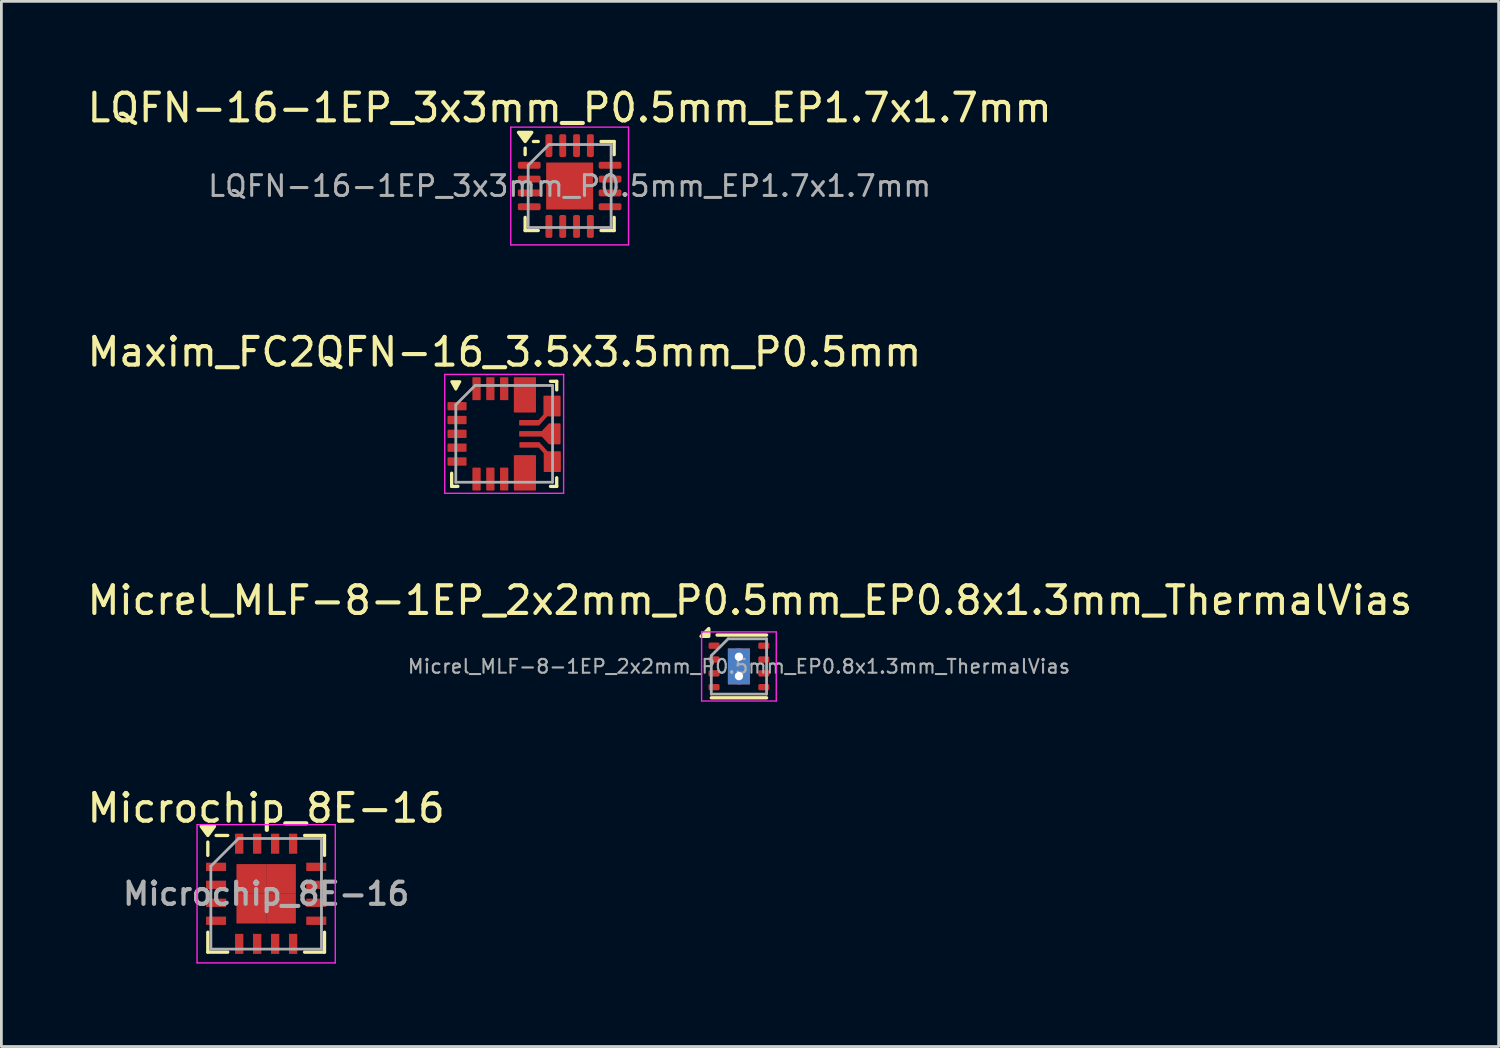
<source format=kicad_pcb>
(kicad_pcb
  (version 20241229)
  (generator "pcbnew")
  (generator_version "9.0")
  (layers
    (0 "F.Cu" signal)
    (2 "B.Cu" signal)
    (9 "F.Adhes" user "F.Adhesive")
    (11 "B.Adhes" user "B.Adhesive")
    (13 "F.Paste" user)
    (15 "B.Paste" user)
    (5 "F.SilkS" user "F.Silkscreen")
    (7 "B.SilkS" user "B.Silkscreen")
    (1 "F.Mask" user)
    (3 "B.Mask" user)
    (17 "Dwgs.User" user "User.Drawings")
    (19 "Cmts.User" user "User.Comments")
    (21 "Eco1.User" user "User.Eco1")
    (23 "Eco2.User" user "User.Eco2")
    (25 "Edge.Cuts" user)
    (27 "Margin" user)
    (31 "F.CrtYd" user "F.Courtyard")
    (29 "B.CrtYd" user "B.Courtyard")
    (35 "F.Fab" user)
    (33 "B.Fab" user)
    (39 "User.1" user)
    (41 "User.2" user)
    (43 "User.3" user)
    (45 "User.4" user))
  (footprint "LQFN-16-1EP_3x3mm_P0.5mm_EP1.7x1.7mm"
    (layer "F.Cu")
    (at 17.554 3.678)
    (property "Reference" "LQFN-16-1EP_3x3mm_P0.5mm_EP1.7x1.7mm" (at 0 -2.83 0) (layer "F.SilkS") (effects (font (size 1 1) (thickness 0.15))))
    (attr smd)
    (fp_line (start -1.61 -1.135) (end -1.61 -1.37) (stroke (width 0.12) (type solid)) (layer "F.SilkS"))
    (fp_line (start -1.61 1.61) (end -1.61 1.135) (stroke (width 0.12) (type solid)) (layer "F.SilkS"))
    (fp_line (start -1.135 -1.61) (end -1.31 -1.61) (stroke (width 0.12) (type solid)) (layer "F.SilkS"))
    (fp_line (start -1.135 1.61) (end -1.61 1.61) (stroke (width 0.12) (type solid)) (layer "F.SilkS"))
    (fp_line (start 1.135 -1.61) (end 1.61 -1.61) (stroke (width 0.12) (type solid)) (layer "F.SilkS"))
    (fp_line (start 1.135 1.61) (end 1.61 1.61) (stroke (width 0.12) (type solid)) (layer "F.SilkS"))
    (fp_line (start 1.61 -1.61) (end 1.61 -1.135) (stroke (width 0.12) (type solid)) (layer "F.SilkS"))
    (fp_line (start 1.61 1.61) (end 1.61 1.135) (stroke (width 0.12) (type solid)) (layer "F.SilkS"))
    (fp_poly (pts (xy -1.61 -1.61) (xy -1.85 -1.94) (xy -1.37 -1.94) (xy -1.61 -1.61)) (stroke (width 0.12) (type solid)) (fill yes) (layer "F.SilkS"))
    (fp_line (start -2.13 -2.13) (end -2.13 2.13) (stroke (width 0.05) (type solid)) (layer "F.CrtYd"))
    (fp_line (start -2.13 2.13) (end 2.13 2.13) (stroke (width 0.05) (type solid)) (layer "F.CrtYd"))
    (fp_line (start 2.13 -2.13) (end -2.13 -2.13) (stroke (width 0.05) (type solid)) (layer "F.CrtYd"))
    (fp_line (start 2.13 2.13) (end 2.13 -2.13) (stroke (width 0.05) (type solid)) (layer "F.CrtYd"))
    (fp_line (start -1.5 -0.75) (end -0.75 -1.5) (stroke (width 0.1) (type solid)) (layer "F.Fab"))
    (fp_line (start -1.5 1.5) (end -1.5 -0.75) (stroke (width 0.1) (type solid)) (layer "F.Fab"))
    (fp_line (start -0.75 -1.5) (end 1.5 -1.5) (stroke (width 0.1) (type solid)) (layer "F.Fab"))
    (fp_line (start 1.5 -1.5) (end 1.5 1.5) (stroke (width 0.1) (type solid)) (layer "F.Fab"))
    (fp_line (start 1.5 1.5) (end -1.5 1.5) (stroke (width 0.1) (type solid)) (layer "F.Fab"))
    (fp_text user "${REFERENCE}" (at 0 0 0) (layer "F.Fab") (effects (font (size 0.75 0.75) (thickness 0.11))))
    (pad "" smd roundrect (at 0 0) (size 1.37 1.37) (layers "F.Paste") (roundrect_rratio 0.182))
    (pad "1" smd roundrect (at -1.462 -0.75) (size 0.825 0.25) (layers "F.Cu" "F.Mask" "F.Paste") (roundrect_rratio 0.25))
    (pad "2" smd roundrect (at -1.462 -0.25) (size 0.825 0.25) (layers "F.Cu" "F.Mask" "F.Paste") (roundrect_rratio 0.25))
    (pad "3" smd roundrect (at -1.462 0.25) (size 0.825 0.25) (layers "F.Cu" "F.Mask" "F.Paste") (roundrect_rratio 0.25))
    (pad "4" smd roundrect (at -1.462 0.75) (size 0.825 0.25) (layers "F.Cu" "F.Mask" "F.Paste") (roundrect_rratio 0.25))
    (pad "5" smd roundrect (at -0.75 1.462) (size 0.25 0.825) (layers "F.Cu" "F.Mask" "F.Paste") (roundrect_rratio 0.25))
    (pad "6" smd roundrect (at -0.25 1.462) (size 0.25 0.825) (layers "F.Cu" "F.Mask" "F.Paste") (roundrect_rratio 0.25))
    (pad "7" smd roundrect (at 0.25 1.462) (size 0.25 0.825) (layers "F.Cu" "F.Mask" "F.Paste") (roundrect_rratio 0.25))
    (pad "8" smd roundrect (at 0.75 1.462) (size 0.25 0.825) (layers "F.Cu" "F.Mask" "F.Paste") (roundrect_rratio 0.25))
    (pad "9" smd roundrect (at 1.462 0.75) (size 0.825 0.25) (layers "F.Cu" "F.Mask" "F.Paste") (roundrect_rratio 0.25))
    (pad "10" smd roundrect (at 1.462 0.25) (size 0.825 0.25) (layers "F.Cu" "F.Mask" "F.Paste") (roundrect_rratio 0.25))
    (pad "11" smd roundrect (at 1.462 -0.25) (size 0.825 0.25) (layers "F.Cu" "F.Mask" "F.Paste") (roundrect_rratio 0.25))
    (pad "12" smd roundrect (at 1.462 -0.75) (size 0.825 0.25) (layers "F.Cu" "F.Mask" "F.Paste") (roundrect_rratio 0.25))
    (pad "13" smd roundrect (at 0.75 -1.462) (size 0.25 0.825) (layers "F.Cu" "F.Mask" "F.Paste") (roundrect_rratio 0.25))
    (pad "14" smd roundrect (at 0.25 -1.462) (size 0.25 0.825) (layers "F.Cu" "F.Mask" "F.Paste") (roundrect_rratio 0.25))
    (pad "15" smd roundrect (at -0.25 -1.462) (size 0.25 0.825) (layers "F.Cu" "F.Mask" "F.Paste") (roundrect_rratio 0.25))
    (pad "16" smd roundrect (at -0.75 -1.462) (size 0.25 0.825) (layers "F.Cu" "F.Mask" "F.Paste") (roundrect_rratio 0.25))
    (pad "17" smd rect (at 0 0) (size 1.7 1.7) (property pad_prop_heatsink) (layers "F.Cu" "F.Mask")))
  (footprint "Micrel_MLF-8-1EP_2x2mm_P0.5mm_EP0.8x1.3mm_ThermalVias"
    (layer "F.Cu")
    (at 23.677 21.055)
    (property "Reference" "Micrel_MLF-8-1EP_2x2mm_P0.5mm_EP0.8x1.3mm_ThermalVias" (at 0.4 -2.39 0) (layer "F.SilkS") (effects (font (size 1 1) (thickness 0.15))))
    (attr smd)
    (fp_line (start -1 1.135) (end 1 1.135) (stroke (width 0.12) (type solid)) (layer "F.SilkS"))
    (fp_line (start -0.79 -1.135) (end 1 -1.135) (stroke (width 0.12) (type solid)) (layer "F.SilkS"))
    (fp_poly (pts (xy -1.09 -1.09) (xy -1.37 -1.09) (xy -1.09 -1.37) (xy -1.09 -1.09)) (stroke (width 0.12) (type solid)) (fill yes) (layer "F.SilkS"))
    (fp_line (start -1.35 -1.25) (end -1.35 1.25) (stroke (width 0.05) (type solid)) (layer "F.CrtYd"))
    (fp_line (start -1.35 -1.25) (end 1.35 -1.25) (stroke (width 0.05) (type solid)) (layer "F.CrtYd"))
    (fp_line (start 1.35 1.25) (end -1.35 1.25) (stroke (width 0.05) (type solid)) (layer "F.CrtYd"))
    (fp_line (start 1.35 1.25) (end 1.35 -1.25) (stroke (width 0.05) (type solid)) (layer "F.CrtYd"))
    (fp_line (start -1 -0.39) (end -0.39 -1) (stroke (width 0.1) (type solid)) (layer "F.Fab"))
    (fp_line (start -1 -0.38) (end -1 1) (stroke (width 0.1) (type solid)) (layer "F.Fab"))
    (fp_line (start -0.39 -1) (end 1 -1) (stroke (width 0.1) (type solid)) (layer "F.Fab"))
    (fp_line (start 1 1) (end -1 1) (stroke (width 0.1) (type solid)) (layer "F.Fab"))
    (fp_line (start 1 1) (end 1 -1) (stroke (width 0.1) (type solid)) (layer "F.Fab"))
    (fp_text user "${REFERENCE}" (at 0 0 0) (layer "F.Fab") (effects (font (size 0.5 0.5) (thickness 0.075))))
    (pad "" smd roundrect (at 0 -0.35) (size 0.55 0.55) (layers "F.Paste") (roundrect_rratio 0.25))
    (pad "" smd roundrect (at 0 0.35) (size 0.55 0.55) (layers "F.Paste") (roundrect_rratio 0.25))
    (pad "1" smd roundrect (at -0.9 -0.75) (size 0.4 0.23) (layers "F.Cu" "F.Mask" "F.Paste") (roundrect_rratio 0.25))
    (pad "2" smd roundrect (at -0.9 -0.25) (size 0.4 0.23) (layers "F.Cu" "F.Mask" "F.Paste") (roundrect_rratio 0.25))
    (pad "3" smd roundrect (at -0.9 0.25) (size 0.4 0.23) (layers "F.Cu" "F.Mask" "F.Paste") (roundrect_rratio 0.25))
    (pad "4" smd roundrect (at -0.9 0.75) (size 0.4 0.23) (layers "F.Cu" "F.Mask" "F.Paste") (roundrect_rratio 0.25))
    (pad "5" smd roundrect (at 0.9 0.75) (size 0.4 0.23) (layers "F.Cu" "F.Mask" "F.Paste") (roundrect_rratio 0.25))
    (pad "6" smd roundrect (at 0.9 0.25) (size 0.4 0.23) (layers "F.Cu" "F.Mask" "F.Paste") (roundrect_rratio 0.25))
    (pad "7" smd roundrect (at 0.9 -0.25) (size 0.4 0.23) (layers "F.Cu" "F.Mask" "F.Paste") (roundrect_rratio 0.25))
    (pad "8" smd roundrect (at 0.9 -0.75) (size 0.4 0.23) (layers "F.Cu" "F.Mask" "F.Paste") (roundrect_rratio 0.25))
    (pad "9" thru_hole circle (at 0 -0.35) (size 0.6 0.6) (drill 0.3) (layers "*.Cu"))
    (pad "9" smd rect (at 0 0) (size 0.8 1.3) (layers "F.Cu" "F.Mask"))
    (pad "9" smd rect (at 0 0) (size 0.8 1.3) (layers "B.Cu"))
    (pad "9" thru_hole circle (at 0 0.35) (size 0.6 0.6) (drill 0.3) (layers "*.Cu")))
  (footprint "Microchip_8E-16"
    (layer "F.Cu")
    (at 6.577 29.278)
    (property "Reference" "Microchip_8E-16" (at 0 -3.1 0) (layer "F.SilkS") (effects (font (size 1 1) (thickness 0.15))))
    (attr smd)
    (fp_line (start -2.11 -1.87) (end -2.11 -1.39) (stroke (width 0.12) (type solid)) (layer "F.SilkS"))
    (fp_line (start -2.11 2.11) (end -2.11 1.39) (stroke (width 0.12) (type solid)) (layer "F.SilkS"))
    (fp_line (start -2.11 2.11) (end -1.39 2.11) (stroke (width 0.12) (type solid)) (layer "F.SilkS"))
    (fp_line (start -1.39 -2.11) (end -1.81 -2.11) (stroke (width 0.12) (type solid)) (layer "F.SilkS"))
    (fp_line (start 2.11 -2.11) (end 1.39 -2.11) (stroke (width 0.12) (type solid)) (layer "F.SilkS"))
    (fp_line (start 2.11 -2.11) (end 2.11 -1.39) (stroke (width 0.12) (type solid)) (layer "F.SilkS"))
    (fp_line (start 2.11 2.11) (end 1.39 2.11) (stroke (width 0.12) (type solid)) (layer "F.SilkS"))
    (fp_line (start 2.11 2.11) (end 2.11 1.39) (stroke (width 0.12) (type solid)) (layer "F.SilkS"))
    (fp_poly (pts (xy -2.11 -2.11) (xy -2.35 -2.44) (xy -1.87 -2.44) (xy -2.11 -2.11)) (stroke (width 0.12) (type solid)) (fill yes) (layer "F.SilkS"))
    (fp_line (start -2.5 -2.5) (end -2.5 2.5) (stroke (width 0.05) (type solid)) (layer "F.CrtYd"))
    (fp_line (start -2.5 -2.5) (end 2.5 -2.5) (stroke (width 0.05) (type solid)) (layer "F.CrtYd"))
    (fp_line (start -2.5 2.5) (end 2.5 2.5) (stroke (width 0.05) (type solid)) (layer "F.CrtYd"))
    (fp_line (start 2.5 -2.5) (end 2.5 2.5) (stroke (width 0.05) (type solid)) (layer "F.CrtYd"))
    (fp_line (start -2 2) (end -2 -1) (stroke (width 0.1) (type solid)) (layer "F.Fab"))
    (fp_line (start -1 -2) (end -2 -1) (stroke (width 0.1) (type solid)) (layer "F.Fab"))
    (fp_line (start -1 -2) (end 2 -2) (stroke (width 0.1) (type solid)) (layer "F.Fab"))
    (fp_line (start 2 -2) (end 2 2) (stroke (width 0.1) (type solid)) (layer "F.Fab"))
    (fp_line (start 2 2) (end -2 2) (stroke (width 0.1) (type solid)) (layer "F.Fab"))
    (fp_text user "${REFERENCE}" (at 0 0 0) (layer "F.Fab") (effects (font (size 0.8 0.8) (thickness 0.15))))
    (pad "1" smd rect (at -1.812 -0.975) (size 0.725 0.3) (layers "F.Cu" "F.Mask" "F.Paste"))
    (pad "2" smd rect (at -1.812 -0.325) (size 0.725 0.3) (layers "F.Cu" "F.Mask" "F.Paste"))
    (pad "3" smd rect (at -1.812 0.325) (size 0.725 0.3) (layers "F.Cu" "F.Mask" "F.Paste"))
    (pad "4" smd rect (at -1.812 0.975) (size 0.725 0.3) (layers "F.Cu" "F.Mask" "F.Paste"))
    (pad "5" smd rect (at -0.975 1.812 90) (size 0.725 0.3) (layers "F.Cu" "F.Mask" "F.Paste"))
    (pad "6" smd rect (at -0.325 1.812 90) (size 0.725 0.3) (layers "F.Cu" "F.Mask" "F.Paste"))
    (pad "7" smd rect (at 0.325 1.812 90) (size 0.725 0.3) (layers "F.Cu" "F.Mask" "F.Paste"))
    (pad "8" smd rect (at 0.975 1.812 90) (size 0.725 0.3) (layers "F.Cu" "F.Mask" "F.Paste"))
    (pad "9" smd rect (at 1.812 0.975) (size 0.725 0.3) (layers "F.Cu" "F.Mask" "F.Paste"))
    (pad "10" smd rect (at 1.812 0.325) (size 0.725 0.3) (layers "F.Cu" "F.Mask" "F.Paste"))
    (pad "11" smd rect (at 1.812 -0.325) (size 0.725 0.3) (layers "F.Cu" "F.Mask" "F.Paste"))
    (pad "12" smd rect (at 1.812 -0.975) (size 0.725 0.3) (layers "F.Cu" "F.Mask" "F.Paste"))
    (pad "13" smd rect (at 0.975 -1.812 90) (size 0.725 0.3) (layers "F.Cu" "F.Mask" "F.Paste"))
    (pad "14" smd rect (at 0.325 -1.812 90) (size 0.725 0.3) (layers "F.Cu" "F.Mask" "F.Paste"))
    (pad "15" smd rect (at -0.325 -1.812 90) (size 0.725 0.3) (layers "F.Cu" "F.Mask" "F.Paste"))
    (pad "16" smd rect (at -0.975 -1.812 90) (size 0.725 0.3) (layers "F.Cu" "F.Mask" "F.Paste"))
    (pad "17" smd rect (at -0.537 -0.537) (size 1.075 1.075) (layers "F.Cu" "F.Mask" "F.Paste"))
    (pad "17" smd rect (at -0.537 0.537) (size 1.075 1.075) (layers "F.Cu" "F.Mask" "F.Paste"))
    (pad "17" smd rect (at 0.537 -0.537) (size 1.075 1.075) (layers "F.Cu" "F.Mask" "F.Paste"))
    (pad "17" smd rect (at 0.537 0.537) (size 1.075 1.075) (layers "F.Cu" "F.Mask" "F.Paste")))
  (footprint "Maxim_FC2QFN-16_3.5x3.5mm_P0.5mm"
    (layer "F.Cu")
    (at 15.186 12.642)
    (property "Reference" "Maxim_FC2QFN-16_3.5x3.5mm_P0.5mm" (at 0.01 -2.96 0) (layer "F.SilkS") (effects (font (size 1 1) (thickness 0.15))))
    (attr smd)
    (fp_line (start -1.9 1.9) (end -1.9 1.425) (stroke (width 0.12) (type solid)) (layer "F.SilkS"))
    (fp_line (start -1.675 1.9) (end -1.9 1.9) (stroke (width 0.12) (type solid)) (layer "F.SilkS"))
    (fp_line (start 1.675 -1.9) (end 1.9 -1.9) (stroke (width 0.12) (type solid)) (layer "F.SilkS"))
    (fp_line (start 1.675 1.9) (end 1.9 1.9) (stroke (width 0.12) (type solid)) (layer "F.SilkS"))
    (fp_line (start 1.9 -1.9) (end 1.9 -1.59) (stroke (width 0.12) (type solid)) (layer "F.SilkS"))
    (fp_line (start 1.9 1.9) (end 1.9 1.59) (stroke (width 0.12) (type solid)) (layer "F.SilkS"))
    (fp_poly (pts (xy -1.9 -1.89) (xy -1.6 -1.89) (xy -1.75 -1.614)) (stroke (width 0.1) (type solid)) (fill yes) (layer "F.SilkS"))
    (fp_line (start -2.15 -2.15) (end -2.15 2.15) (stroke (width 0.05) (type solid)) (layer "F.CrtYd"))
    (fp_line (start -2.15 -2.15) (end 2.15 -2.15) (stroke (width 0.05) (type solid)) (layer "F.CrtYd"))
    (fp_line (start -2.15 2.15) (end 2.15 2.15) (stroke (width 0.05) (type solid)) (layer "F.CrtYd"))
    (fp_line (start 2.15 -2.15) (end 2.15 2.15) (stroke (width 0.05) (type solid)) (layer "F.CrtYd"))
    (fp_line (start -1.75 -1.05) (end -1.75 1.75) (stroke (width 0.1) (type solid)) (layer "F.Fab"))
    (fp_line (start -1.75 -1.05) (end -1.05 -1.75) (stroke (width 0.1) (type solid)) (layer "F.Fab"))
    (fp_line (start 1.75 -1.75) (end -1.05 -1.75) (stroke (width 0.1) (type solid)) (layer "F.Fab"))
    (fp_line (start 1.75 -1.75) (end 1.75 1.75) (stroke (width 0.1) (type solid)) (layer "F.Fab"))
    (fp_line (start 1.75 1.75) (end -1.75 1.75) (stroke (width 0.1) (type solid)) (layer "F.Fab"))
    (pad "1" smd custom (at -1.55 -1 90) (size 0.215 0.14) (layers "F.Cu" "F.Mask" "F.Paste") (options (anchor rect)) (primitives (gr_poly (pts (xy 0.13 -0.5) (xy 0.15 -0.48) (xy 0.15 0.17) (xy 0.13 0.19) (xy -0.13 0.19) (xy -0.15 0.17) (xy -0.15 -0.48) (xy -0.13 -0.5)) (width 0) (fill yes))))
    (pad "2" smd custom (at -1.55 -0.5 90) (size 0.215 0.14) (layers "F.Cu" "F.Mask" "F.Paste") (options (anchor rect)) (primitives (gr_poly (pts (xy 0.13 -0.5) (xy 0.15 -0.48) (xy 0.15 0.17) (xy 0.13 0.19) (xy -0.13 0.19) (xy -0.15 0.17) (xy -0.15 -0.48) (xy -0.13 -0.5)) (width 0) (fill yes))))
    (pad "3" smd custom (at -1.55 0 90) (size 0.215 0.14) (layers "F.Cu" "F.Mask" "F.Paste") (options (anchor rect)) (primitives (gr_poly (pts (xy 0.13 -0.5) (xy 0.15 -0.48) (xy 0.15 0.17) (xy 0.13 0.19) (xy -0.13 0.19) (xy -0.15 0.17) (xy -0.15 -0.48) (xy -0.13 -0.5)) (width 0) (fill yes))))
    (pad "4" smd custom (at -1.55 0.5 90) (size 0.215 0.14) (layers "F.Cu" "F.Mask" "F.Paste") (options (anchor rect)) (primitives (gr_poly (pts (xy 0.13 -0.5) (xy 0.15 -0.48) (xy 0.15 0.17) (xy 0.13 0.19) (xy -0.13 0.19) (xy -0.15 0.17) (xy -0.15 -0.48) (xy -0.13 -0.5)) (width 0) (fill yes))))
    (pad "5" smd custom (at -1.55 1 90) (size 0.215 0.14) (layers "F.Cu" "F.Mask" "F.Paste") (options (anchor rect)) (primitives (gr_poly (pts (xy 0.13 -0.5) (xy 0.15 -0.48) (xy 0.15 0.17) (xy 0.13 0.19) (xy -0.13 0.19) (xy -0.15 0.17) (xy -0.15 -0.48) (xy -0.13 -0.5)) (width 0) (fill yes))))
    (pad "6" smd custom (at -0.99 1.8 90) (size 0.215 0.14) (layers "F.Cu" "F.Mask" "F.Paste") (options (anchor rect)) (primitives (gr_poly (pts (xy -0.25 0.12) (xy -0.25 -0.14) (xy -0.23 -0.16) (xy 0.56 -0.16) (xy 0.58 -0.14) (xy 0.58 0.12) (xy 0.56 0.14) (xy -0.23 0.14)) (width 0) (fill yes))))
    (pad "7" smd custom (at -0.49 1.8 90) (size 0.215 0.14) (layers "F.Cu" "F.Mask" "F.Paste") (options (anchor rect)) (primitives (gr_poly (pts (xy -0.25 0.12) (xy -0.25 -0.14) (xy -0.23 -0.16) (xy 0.56 -0.16) (xy 0.58 -0.14) (xy 0.58 0.12) (xy 0.56 0.14) (xy -0.23 0.14)) (width 0) (fill yes))))
    (pad "8" smd custom (at 0.01 1.8 90) (size 0.215 0.14) (layers "F.Cu" "F.Mask" "F.Paste") (options (anchor rect)) (primitives (gr_poly (pts (xy -0.25 0.12) (xy -0.25 -0.14) (xy -0.23 -0.16) (xy 0.56 -0.16) (xy 0.58 -0.14) (xy 0.58 0.12) (xy 0.56 0.14) (xy -0.23 0.14)) (width 0) (fill yes))))
    (pad "9" smd custom (at 0.72 1.55 180) (size 0.3 0.26) (layers "F.Cu" "F.Mask" "F.Paste") (options (anchor rect)) (primitives (gr_poly (pts (xy 0.37 0.76) (xy 0.35 0.78) (xy 0.14 0.78) (xy 0.1 0.78) (xy 0.06 0.78) (xy 0.03 0.78) (xy -0.01 0.78) (xy -0.05 0.78) (xy -0.08 0.78) (xy -0.14 0.78) (xy -0.41 0.78) (xy -0.43 0.76) (xy -0.43 -0.48) (xy -0.41 -0.5) (xy 0.35 -0.5) (xy 0.37 -0.48)) (width 0) (fill yes))))
    (pad "10" smd custom (at 0.7 0.4 90) (size 0.17 0.26) (layers "F.Cu" "F.Mask" "F.Paste") (options (anchor rect)) (primitives (gr_poly (pts (xy -0.08 -0.15) (xy -0.1 -0.13) (xy -0.1 0.55) (xy -0.3 0.73) (xy -0.96 0.73) (xy -0.98 0.75) (xy -0.98 1.33) (xy -0.96 1.35) (xy -0.74 1.35) (xy -0.71 1.35) (xy -0.69 1.35) (xy -0.64 1.35) (xy -0.56 1.35) (xy -0.52 1.35) (xy -0.49 1.35) (xy -0.38 1.35) (xy -0.25 1.35) (xy -0.23 1.33) (xy -0.23 0.87) (xy 0.1 0.57) (xy 0.1 -0.13) (xy 0.08 -0.15)) (width 0) (fill yes))))
    (pad "11" smd custom (at 0.69 -0.01 90) (size 0.17 0.26) (layers "F.Cu" "F.Mask" "F.Paste") (options (anchor rect)) (primitives (gr_poly (pts (xy 0.07 -0.15) (xy 0.09 -0.13) (xy 0.09 0.67) (xy 0.37 0.93) (xy 0.37 1.33) (xy 0.35 1.35) (xy 0.12 1.35) (xy 0.07 1.35) (xy 0.01 1.35) (xy -0.02 1.35) (xy -0.06 1.35) (xy -0.09 1.35) (xy -0.15 1.35) (xy -0.22 1.35) (xy -0.37 1.35) (xy -0.39 1.33) (xy -0.39 0.93) (xy -0.11 0.67) (xy -0.11 -0.13) (xy -0.09 -0.15)) (width 0) (fill yes))))
    (pad "12" smd custom (at 0.69 -0.4 270) (size 0.17 0.26) (layers "F.Cu" "F.Mask" "F.Paste") (options (anchor rect)) (primitives (gr_poly (pts (xy -0.08 0.15) (xy -0.1 0.13) (xy -0.1 -0.55) (xy -0.3 -0.73) (xy -0.96 -0.73) (xy -0.98 -0.75) (xy -0.98 -1.33) (xy -0.96 -1.35) (xy -0.74 -1.35) (xy -0.71 -1.35) (xy -0.69 -1.35) (xy -0.64 -1.35) (xy -0.56 -1.35) (xy -0.52 -1.35) (xy -0.49 -1.35) (xy -0.38 -1.35) (xy -0.25 -1.35) (xy -0.23 -1.33) (xy -0.23 -0.87) (xy 0.1 -0.57) (xy 0.1 0.13) (xy 0.08 0.15)) (width 0) (fill yes))))
    (pad "13" smd custom (at 0.72 -1.27 180) (size 0.3 0.26) (layers "F.Cu" "F.Mask" "F.Paste") (options (anchor rect)) (primitives (gr_poly (pts (xy 0.37 0.76) (xy 0.35 0.78) (xy 0.14 0.78) (xy 0.1 0.78) (xy 0.06 0.78) (xy 0.03 0.78) (xy -0.01 0.78) (xy -0.05 0.78) (xy -0.08 0.78) (xy -0.14 0.78) (xy -0.41 0.78) (xy -0.43 0.76) (xy -0.43 -0.48) (xy -0.41 -0.5) (xy 0.35 -0.5) (xy 0.37 -0.48)) (width 0) (fill yes))))
    (pad "14" smd custom (at 0.01 -1.47 90) (size 0.215 0.14) (layers "F.Cu" "F.Mask" "F.Paste") (options (anchor rect)) (primitives (gr_poly (pts (xy -0.25 0.12) (xy -0.25 -0.14) (xy -0.23 -0.16) (xy 0.56 -0.16) (xy 0.58 -0.14) (xy 0.58 0.12) (xy 0.56 0.14) (xy -0.23 0.14)) (width 0) (fill yes))))
    (pad "15" smd custom (at -0.49 -1.47 90) (size 0.215 0.14) (layers "F.Cu" "F.Mask" "F.Paste") (options (anchor rect)) (primitives (gr_poly (pts (xy -0.25 0.12) (xy -0.25 -0.14) (xy -0.23 -0.16) (xy 0.56 -0.16) (xy 0.58 -0.14) (xy 0.58 0.12) (xy 0.56 0.14) (xy -0.23 0.14)) (width 0) (fill yes))))
    (pad "16" smd custom (at -0.99 -1.47 90) (size 0.215 0.14) (layers "F.Cu" "F.Mask" "F.Paste") (options (anchor rect)) (primitives (gr_poly (pts (xy -0.25 0.12) (xy -0.25 -0.14) (xy -0.23 -0.16) (xy 0.56 -0.16) (xy 0.58 -0.14) (xy 0.58 0.12) (xy 0.56 0.14) (xy -0.23 0.14)) (width 0) (fill yes)))))
  (gr_rect
    (start -3 -3)
    (end 51.155 34.803)
    (stroke (width 0.1) (type default))
    (fill no)
    (layer "Edge.Cuts")))
</source>
